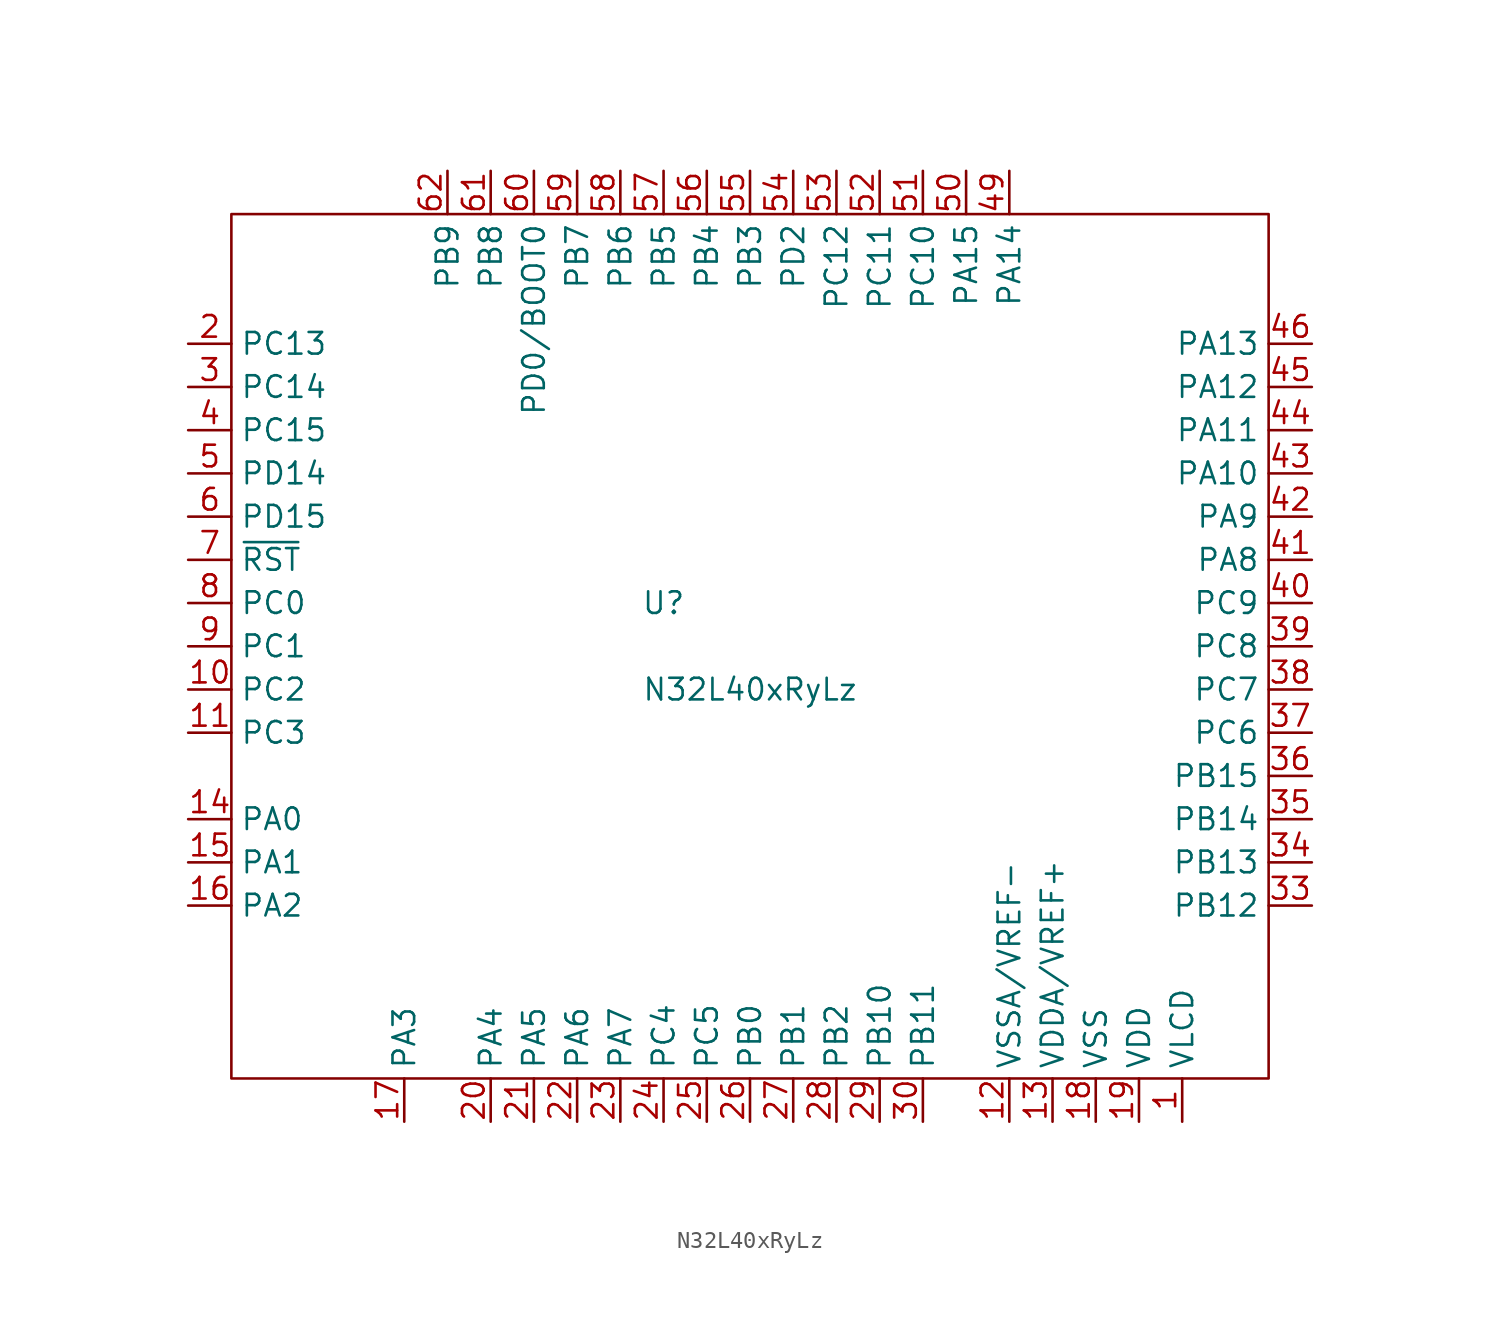
<source format=kicad_sym>
(kicad_symbol_lib
  (version 20220914)
  (generator kicad_symbol_editor)
  (symbol "N32L40xRyLz"
    (property "Reference" "U"
      (at -5.08 2.54 0)
      (effects (font (size 1.27 1.27))))
    (property "Value" "N32L40xRyLz"
      (at 0 -2.54 0)
      (effects (font (size 1.27 1.27))))
    (symbol "N32L40xRyLz_0_1"
      (rectangle (start -30.48 25.4) (end 30.48 -25.4) (stroke (width 0) (type default)) (fill (type none))))
    (symbol "N32L40xRyLz_1_1"
      (pin bidirectional line (at 25.4 -27.94 90) (length 2.54) (name "VLCD" (effects (font (size 1.27 1.27)))) (number "1" (effects (font (size 1.27 1.27)))))
      (pin bidirectional line (at -33.02 -2.54 0) (length 2.54) (name "PC2" (effects (font (size 1.27 1.27)))) (number "10" (effects (font (size 1.27 1.27)))) (alternate "ADC_IN13" input line) (alternate "EVENT_OUT" output line) (alternate "LCD_SEG20" output line) (alternate "LPTIM_IN2" input line))
      (pin bidirectional line (at -33.02 -5.08 0) (length 2.54) (name "PC3" (effects (font (size 1.27 1.27)))) (number "11" (effects (font (size 1.27 1.27)))) (alternate "ADC_IN14" bidirectional line) (alternate "EVENT_OUT" output line) (alternate "LCD_SEG21" output line) (alternate "LPTIM_ETR" output line))
      (pin power_in line (at 15.24 -27.94 90) (length 2.54) (name "VSSA/VREF-" (effects (font (size 1.27 1.27)))) (number "12" (effects (font (size 1.27 1.27)))))
      (pin power_in line (at 17.78 -27.94 90) (length 2.54) (name "VDDA/VREF+" (effects (font (size 1.27 1.27)))) (number "13" (effects (font (size 1.27 1.27)))))
      (pin bidirectional line (at -33.02 -10.16 0) (length 2.54) (name "PA0" (effects (font (size 1.27 1.27)))) (number "14" (effects (font (size 1.27 1.27)))) (alternate "ADC_IN1" input line) (alternate "COMP1_INM" input line) (alternate "COMP1_INP" input line) (alternate "COMP1_OUT" output line) (alternate "EVENT_OUT" output line) (alternate "I2S1_MCK" output line) (alternate "LPUART_RX" input line) (alternate "SPI1_MISO" input line) (alternate "TAMP2-RTC" output line) (alternate "TIM2_CH1" output line) (alternate "TIM5_CH1" output line) (alternate "TIM8_ETR" output line) (alternate "TIMER2_ETR" output line) (alternate "USART2_CTS" output line) (alternate "WKUP1" input line))
      (pin bidirectional line (at -33.02 -12.7 0) (length 2.54) (name "PA1" (effects (font (size 1.27 1.27)))) (number "15" (effects (font (size 1.27 1.27)))) (alternate "ADC_IN2" input line) (alternate "COMP1_INP" input line) (alternate "EVENT_OUT" output line) (alternate "LCD_SEG0" output line) (alternate "LPUART_TX" output line) (alternate "OPAMP1_VINP" input line) (alternate "TIM2_CH2" output line) (alternate "TIM5_CH2" output line) (alternate "USART2_RTS" output line))
      (pin bidirectional line (at -33.02 -15.24 0) (length 2.54) (name "PA2" (effects (font (size 1.27 1.27)))) (number "16" (effects (font (size 1.27 1.27)))) (alternate "ADC_IN3" input line) (alternate "COMP1_INP" input line) (alternate "COMP2_INM" input line) (alternate "COMP2_OUT" output line) (alternate "EVENT_OUT" output line) (alternate "I2C2_SDA" bidirectional line) (alternate "LCD_SEG1" output line) (alternate "OPAMP1_VOUT" output line) (alternate "TIM2_CH3" output line) (alternate "TIM5_CH3" output line) (alternate "USART2_TX" output line))
      (pin bidirectional line (at -20.32 -27.94 90) (length 2.54) (name "PA3" (effects (font (size 1.27 1.27)))) (number "17" (effects (font (size 1.27 1.27)))) (alternate "ADC_IN4" input line) (alternate "COMP1_INP" input line) (alternate "COMP2_INP" input line) (alternate "EVENT_OUT" output line) (alternate "I2C2_SCL" output line) (alternate "LCD_SEG2" output line) (alternate "LPUART_RX" input line) (alternate "OPAMP1_VINM" input line) (alternate "TIM5_CH4" output line) (alternate "USART2_RX" input line))
      (pin power_in line (at 20.32 -27.94 90) (length 2.54) (name "VSS" (effects (font (size 1.27 1.27)))) (number "18" (effects (font (size 1.27 1.27)))))
      (pin power_in line (at 22.86 -27.94 90) (length 2.54) (name "VDD" (effects (font (size 1.27 1.27)))) (number "19" (effects (font (size 1.27 1.27)))))
      (pin bidirectional line (at -33.02 17.78 0) (length 2.54) (name "PC13" (effects (font (size 1.27 1.27)))) (number "2" (effects (font (size 1.27 1.27)))) (alternate "EVENT_OUT" output line) (alternate "LCD_SEG35" output line) (alternate "RTC_OUT" output line) (alternate "TAMP1-RTC" output line) (alternate "TIM1_CHN1N" bidirectional line) (alternate "WKUP2" input line))
      (pin bidirectional line (at -15.24 -27.94 90) (length 2.54) (name "PA4" (effects (font (size 1.27 1.27)))) (number "20" (effects (font (size 1.27 1.27)))) (alternate "ADC_IN5" input line) (alternate "COMP1_INM" input line) (alternate "COMP2_INM" input line) (alternate "EVENT_OUT" output line) (alternate "I2C1_SCL" output line) (alternate "I2S1_WS" output line) (alternate "LPUART_TX" output line) (alternate "OPAMP1_VINP" input line) (alternate "OPAMP2_VINP" input line) (alternate "SPI1_~{SS}" output line) (alternate "USART1_TX" output line) (alternate "USART2_CK" output line))
      (pin bidirectional line (at -12.7 -27.94 90) (length 2.54) (name "PA5" (effects (font (size 1.27 1.27)))) (number "21" (effects (font (size 1.27 1.27)))) (alternate "ADC_IN6" input line) (alternate "COMP1_INM" input line) (alternate "COMP2_INM" input line) (alternate "EVENT_OUT" output line) (alternate "I2C1_SDA" bidirectional line) (alternate "I2S1_CK" output line) (alternate "OPAMP1_VINP" input line) (alternate "OPAMP2_VINM" input line) (alternate "SPI1_SCK" output line) (alternate "USART1_RX" input line))
      (pin bidirectional line (at -10.16 -27.94 90) (length 2.54) (name "PA6" (effects (font (size 1.27 1.27)))) (number "22" (effects (font (size 1.27 1.27)))) (alternate "ADC_IN7" input line) (alternate "COMP2_INM" input line) (alternate "COMP2_INP" input line) (alternate "COMP2_OUT" output line) (alternate "EVENT_OUT" output line) (alternate "I2S1_MCK" output line) (alternate "LCD_SEG3" output line) (alternate "LPUART_CTS" output line) (alternate "OPAMP2_VOUT" output line) (alternate "SPI1_MISO" input line) (alternate "TIM1_BKIN" input line) (alternate "TIM3_CH1" output line) (alternate "TIM8_BKIN" input line))
      (pin bidirectional line (at -7.62 -27.94 90) (length 2.54) (name "PA7" (effects (font (size 1.27 1.27)))) (number "23" (effects (font (size 1.27 1.27)))) (alternate "ADC_IN8" input line) (alternate "COMP2_INP" input line) (alternate "COMP2_OUT" output line) (alternate "EVENT_OUT" output line) (alternate "I2S1_SD" bidirectional line) (alternate "LCD_SEG4" output line) (alternate "OPAMP1_VINP" input line) (alternate "OPAMP2_VINP" input line) (alternate "SPI1_MOSI" output line) (alternate "TIM1_CH1N" output line) (alternate "TIM3_CH2" output line) (alternate "TIM8_CH1N" output line))
      (pin bidirectional line (at -5.08 -27.94 90) (length 2.54) (name "PC4" (effects (font (size 1.27 1.27)))) (number "24" (effects (font (size 1.27 1.27)))) (alternate "ADC_IN15" input line) (alternate "EVENT_OUT" output line) (alternate "I2C1_SCL" output line) (alternate "LCD_SEG22" output line) (alternate "LPUART_TX" output line))
      (pin bidirectional line (at -2.54 -27.94 90) (length 2.54) (name "PC5" (effects (font (size 1.27 1.27)))) (number "25" (effects (font (size 1.27 1.27)))) (alternate "ADC_IN16" input line) (alternate "EVENT_OUT" output line) (alternate "I2C1_SDA" bidirectional line) (alternate "LCD_SEG23" output line) (alternate "LPUART_RX" input line) (alternate "OPAMP1_VINM" input line) (alternate "OPAMP2_VINM" input line))
      (pin bidirectional line (at 0 -27.94 90) (length 2.54) (name "PB0" (effects (font (size 1.27 1.27)))) (number "26" (effects (font (size 1.27 1.27)))) (alternate "ADC_IN9" input line) (alternate "EVENT_OUT" output line) (alternate "LCD_SEG5" output line) (alternate "OPAMP2_VINM" input line) (alternate "TIM1_CH2N" output line) (alternate "TIM3_CH3" output line) (alternate "TIM8_CH2N" output line) (alternate "UART4_TX" output line))
      (pin bidirectional line (at 2.54 -27.94 90) (length 2.54) (name "PB1" (effects (font (size 1.27 1.27)))) (number "27" (effects (font (size 1.27 1.27)))) (alternate "ADC_IN10" input line) (alternate "EVENT_OUT" output line) (alternate "LCD_SEG6" output line) (alternate "LPUART_RTS" output line) (alternate "TIM1_CH3N" output line) (alternate "TIM3_CH4" output line) (alternate "TIM8_CH3N" output line) (alternate "UART4_RX" input line))
      (pin bidirectional line (at 5.08 -27.94 90) (length 2.54) (name "PB2" (effects (font (size 1.27 1.27)))) (number "28" (effects (font (size 1.27 1.27)))) (alternate "EVENT_OUT" output line) (alternate "LPTIM_OUT" output line) (alternate "TIM9_ETR" output line))
      (pin bidirectional line (at 7.62 -27.94 90) (length 2.54) (name "PB10" (effects (font (size 1.27 1.27)))) (number "29" (effects (font (size 1.27 1.27)))) (alternate "COMP1_INP" input line) (alternate "EVENT_OUT" output line) (alternate "I2C2_SCL" output line) (alternate "LCD_SEG10" output line) (alternate "LPUART_TX" output line) (alternate "TIM2_CH3" output line) (alternate "USART3_TX" output line))
      (pin bidirectional line (at -33.02 15.24 0) (length 2.54) (name "PC14" (effects (font (size 1.27 1.27)))) (number "3" (effects (font (size 1.27 1.27)))) (alternate "OSC32_IN" passive line))
      (pin bidirectional line (at 10.16 -27.94 90) (length 2.54) (name "PB11" (effects (font (size 1.27 1.27)))) (number "30" (effects (font (size 1.27 1.27)))) (alternate "EVENT_OUT" output line) (alternate "I2C2_SDA" bidirectional line) (alternate "LCD_SEG11" output line) (alternate "LPUART_RX" input line) (alternate "TIM2_CH4" output line) (alternate "USART3_RX" input line))
      (pin power_in line (at 20.32 -27.94 90) (length 2.54) hide (name "VSS" (effects (font (size 1.27 1.27)))) (number "31" (effects (font (size 1.27 1.27)))))
      (pin power_in line (at 22.86 -27.94 90) (length 2.54) hide (name "VDD" (effects (font (size 1.27 1.27)))) (number "32" (effects (font (size 1.27 1.27)))))
      (pin bidirectional line (at 33.02 -15.24 180) (length 2.54) (name "PB12" (effects (font (size 1.27 1.27)))) (number "33" (effects (font (size 1.27 1.27)))) (alternate "EVENT_OUT" output line) (alternate "I2C2_SMBA" bidirectional line) (alternate "I2S2_WS" output line) (alternate "LCD_SEG12" output line) (alternate "LPUART_RTS" output line) (alternate "SPI2_~{SS}" output line) (alternate "TIM1_BKIN" input line) (alternate "TIM9_CH1" output line) (alternate "USART3_CK" output line))
      (pin bidirectional line (at 33.02 -12.7 180) (length 2.54) (name "PB13" (effects (font (size 1.27 1.27)))) (number "34" (effects (font (size 1.27 1.27)))) (alternate "EVENT_OUT" output line) (alternate "I2C2_SCL" output line) (alternate "I2S2_CK" output line) (alternate "LCD_SEG13" output line) (alternate "LPUART_CTS" output line) (alternate "SPI2_SCK" output line) (alternate "TIM1_CH1N" output line) (alternate "TIM9_CH2" output line) (alternate "USART3_CTS" output line))
      (pin bidirectional line (at 33.02 -10.16 180) (length 2.54) (name "PB14" (effects (font (size 1.27 1.27)))) (number "35" (effects (font (size 1.27 1.27)))) (alternate "EVENT_OUT" output line) (alternate "I2C2_SDA" bidirectional line) (alternate "I2S2_MCK" output line) (alternate "LCD_SEG14" output line) (alternate "LPUART_RTS" output line) (alternate "OPAMP2_VINP" input line) (alternate "SPI2_MISO" input line) (alternate "TIM1_CH2N" output line) (alternate "TIM9_CH3" output line) (alternate "UART4_TX" output line) (alternate "USART3_RTS" output line))
      (pin bidirectional line (at 33.02 -7.62 180) (length 2.54) (name "PB15" (effects (font (size 1.27 1.27)))) (number "36" (effects (font (size 1.27 1.27)))) (alternate "EVENT_OUT" output line) (alternate "I2S2_SDA" bidirectional line) (alternate "LCD_SEG15" output line) (alternate "SPI2_MOSI" output line) (alternate "TIM1_CH3N" output line) (alternate "TIM9_CH4" output line) (alternate "UART4_RX" input line))
      (pin bidirectional line (at 33.02 -5.08 180) (length 2.54) (name "PC6" (effects (font (size 1.27 1.27)))) (number "37" (effects (font (size 1.27 1.27)))) (alternate "EVENT_OUT" output line) (alternate "I2S2_WS" output line) (alternate "LCD_SEG24" output line) (alternate "SPI2_~{SS}" output line) (alternate "TIM3_CH1" output line) (alternate "TIM8_CH1" output line))
      (pin bidirectional line (at 33.02 -2.54 180) (length 2.54) (name "PC7" (effects (font (size 1.27 1.27)))) (number "38" (effects (font (size 1.27 1.27)))) (alternate "EVENT_OUT" output line) (alternate "I2S2_CK" output line) (alternate "LCD_SEG25" output line) (alternate "SPI2_SCK" output line) (alternate "TIM3_CH2" output line) (alternate "TIM8_CH2" output line))
      (pin bidirectional line (at 33.02 0 180) (length 2.54) (name "PC8" (effects (font (size 1.27 1.27)))) (number "39" (effects (font (size 1.27 1.27)))) (alternate "I2S2_MCK" output line) (alternate "LCD_SEG26" output line) (alternate "SPI2_MISO" input line) (alternate "TIM3_CH3" output line) (alternate "TIM8_CH3" output line))
      (pin bidirectional line (at -33.02 12.7 0) (length 2.54) (name "PC15" (effects (font (size 1.27 1.27)))) (number "4" (effects (font (size 1.27 1.27)))) (alternate "OSC32_OUT" passive line))
      (pin bidirectional line (at 33.02 2.54 180) (length 2.54) (name "PC9" (effects (font (size 1.27 1.27)))) (number "40" (effects (font (size 1.27 1.27)))) (alternate "EVENT_OUT" output line) (alternate "I2S2_SD" bidirectional line) (alternate "LCD_SEG27" output line) (alternate "SPI2_MOSI" output line) (alternate "TIM3_CH4" output line) (alternate "TIM8_CH4" output line))
      (pin bidirectional line (at 33.02 5.08 180) (length 2.54) (name "PA8" (effects (font (size 1.27 1.27)))) (number "41" (effects (font (size 1.27 1.27)))) (alternate "EVENT_OUT" output line) (alternate "I2C2_SDA" bidirectional line) (alternate "I2C2_SMBA" bidirectional line) (alternate "I2S1_WS" output line) (alternate "LCD_COM0" output line) (alternate "MCO" output line) (alternate "SPI1_~{SS}" output line) (alternate "TAMP3-RTC" output line) (alternate "TIM1_CH1" output line) (alternate "USART1_CK" output line) (alternate "WKUP0" input line))
      (pin bidirectional line (at 33.02 7.62 180) (length 2.54) (name "PA9" (effects (font (size 1.27 1.27)))) (number "42" (effects (font (size 1.27 1.27)))) (alternate "EVENT_OUT" output line) (alternate "I2C2_SCL" output line) (alternate "LCD_COM1" output line) (alternate "TIM1_CH2" output line) (alternate "USART1_TX" output line))
      (pin bidirectional line (at 33.02 10.16 180) (length 2.54) (name "PA10" (effects (font (size 1.27 1.27)))) (number "43" (effects (font (size 1.27 1.27)))) (alternate "EVENT_OUT" output line) (alternate "I2C2_SDA" bidirectional line) (alternate "I2S1_CK" output line) (alternate "I2S2_CK" output line) (alternate "LCD_COM2" output line) (alternate "SPI1_SCK" output line) (alternate "SPI2_SCK" output line) (alternate "TIM1_CH3" output line) (alternate "USART1_RX" input line))
      (pin bidirectional line (at 33.02 12.7 180) (length 2.54) (name "PA11" (effects (font (size 1.27 1.27)))) (number "44" (effects (font (size 1.27 1.27)))) (alternate "CAN_RX" input line) (alternate "COMP1_OUT" output line) (alternate "COMP2_INP" input line) (alternate "EVENT_OUT" output line) (alternate "I2S2_MCK" output line) (alternate "SPI2_MISO" input line) (alternate "TIM1_CH4" output line) (alternate "USART1_CTS" output line) (alternate "USB_DM" bidirectional line))
      (pin bidirectional line (at 33.02 15.24 180) (length 2.54) (name "PA12" (effects (font (size 1.27 1.27)))) (number "45" (effects (font (size 1.27 1.27)))) (alternate "CAN_TX" output line) (alternate "COMP1_INP" input line) (alternate "COMP2_OUT" output line) (alternate "EVENT_OUT" output line) (alternate "I2S2_SD" bidirectional line) (alternate "SPI2_MOSI" output line) (alternate "TIM1_ETR" output line) (alternate "USART1_RTS" output line) (alternate "USB_DP" bidirectional line))
      (pin bidirectional line (at 33.02 17.78 180) (length 2.54) (name "PA13" (effects (font (size 1.27 1.27)))) (number "46" (effects (font (size 1.27 1.27)))) (alternate "EVENT_OUT" output line) (alternate "I2S2_WS" output line) (alternate "SPI2_~{SS}" bidirectional line) (alternate "SWDIO-JTMS" bidirectional line))
      (pin power_in line (at 20.32 -27.94 90) (length 2.54) hide (name "VSS" (effects (font (size 1.27 1.27)))) (number "47" (effects (font (size 1.27 1.27)))))
      (pin power_in line (at 22.86 -27.94 90) (length 2.54) hide (name "VDD" (effects (font (size 1.27 1.27)))) (number "48" (effects (font (size 1.27 1.27)))))
      (pin bidirectional line (at 15.24 27.94 270) (length 2.54) (name "PA14" (effects (font (size 1.27 1.27)))) (number "49" (effects (font (size 1.27 1.27)))) (alternate "COMP2_OUT" output line) (alternate "I2C1_SDA" bidirectional line) (alternate "SWCLK-JTCK" output line) (alternate "USART2_CK" output line))
      (pin bidirectional line (at -33.02 10.16 0) (length 2.54) (name "PD14" (effects (font (size 1.27 1.27)))) (number "5" (effects (font (size 1.27 1.27)))) (alternate "OSC_IN" passive line))
      (pin bidirectional line (at 12.7 27.94 270) (length 2.54) (name "PA15" (effects (font (size 1.27 1.27)))) (number "50" (effects (font (size 1.27 1.27)))) (alternate "COMP2_INP" input line) (alternate "EVENT_OUT" output line) (alternate "I2C1_SCL" output line) (alternate "I2S2_WS" output line) (alternate "JTDI" input line) (alternate "LCD_COM3" output line) (alternate "LCD_SEG17" output line) (alternate "SPI2_~{SS}" output line) (alternate "TIM2_CH1" output line) (alternate "TIM2_ETR" output line) (alternate "USART2_CTS" output line))
      (pin bidirectional line (at 10.16 27.94 270) (length 2.54) (name "PC10" (effects (font (size 1.27 1.27)))) (number "51" (effects (font (size 1.27 1.27)))) (alternate "EVENT_OUT" output line) (alternate "LCD_COM4" output line) (alternate "LCD_SEG28" output line) (alternate "LCD_SEG40" output line) (alternate "LPUART_TX" output line) (alternate "UART4_TX" output line) (alternate "USART3_TX" output line))
      (pin bidirectional line (at 7.62 27.94 270) (length 2.54) (name "PC11" (effects (font (size 1.27 1.27)))) (number "52" (effects (font (size 1.27 1.27)))) (alternate "EVENT_OUT" output line) (alternate "LCD_COM5" output line) (alternate "LCD_SEG29" output line) (alternate "LCD_SEG41" output line) (alternate "LPUART_RX" input line) (alternate "UART4_RX" input line) (alternate "USART3_RX" input line))
      (pin bidirectional line (at 5.08 27.94 270) (length 2.54) (name "PC12" (effects (font (size 1.27 1.27)))) (number "53" (effects (font (size 1.27 1.27)))) (alternate "EVENT_OUT" output line) (alternate "LCD_COM6" output line) (alternate "LCD_SEG30" output line) (alternate "LCD_SEG42" output line) (alternate "UART5_TX" output line) (alternate "USART3_CK" output line))
      (pin bidirectional line (at 2.54 27.94 270) (length 2.54) (name "PD2" (effects (font (size 1.27 1.27)))) (number "54" (effects (font (size 1.27 1.27)))) (alternate "EVENT_OUT" output line) (alternate "LCD_SEG31" output line) (alternate "LCD_SEG43" output line) (alternate "LPUART_RTS" output line) (alternate "TIM3_ETR" output line) (alternate "UART5_RX" input line))
      (pin bidirectional line (at 0 27.94 270) (length 2.54) (name "PB3" (effects (font (size 1.27 1.27)))) (number "55" (effects (font (size 1.27 1.27)))) (alternate "COMP1_INP" input line) (alternate "COMP2_INM" input line) (alternate "EVENT_OUT" output line) (alternate "I2S1_CK" output line) (alternate "JTDO-TRACE-SWO" output line) (alternate "LCD_SEG7" output line) (alternate "SPI1_SCK" output line) (alternate "TIM2_CH2" output line) (alternate "USART2_RTS" output line))
      (pin bidirectional line (at -2.54 27.94 270) (length 2.54) (name "PB4" (effects (font (size 1.27 1.27)))) (number "56" (effects (font (size 1.27 1.27)))) (alternate "COMP1_INP" input line) (alternate "EVENT_OUT" output line) (alternate "I2S1_MCK" output line) (alternate "LCD_SEG8" output line) (alternate "SPI1_MISO" input line) (alternate "TIM3_CH1" output line) (alternate "UART5_TX" output line) (alternate "USART2_TX" output line) (alternate "~{JTRST}" output line))
      (pin bidirectional line (at -5.08 27.94 270) (length 2.54) (name "PB5" (effects (font (size 1.27 1.27)))) (number "57" (effects (font (size 1.27 1.27)))) (alternate "COMP1_INM" input line) (alternate "EVENT_OUT" output line) (alternate "I2C1_SMBA" bidirectional line) (alternate "I2S1_SD" bidirectional line) (alternate "LCD_SEG9" output line) (alternate "LPTIM_IN1" input line) (alternate "SPI1_MOSI" output line) (alternate "TIM3_CH2" output line) (alternate "UART5_RX" input line) (alternate "USART2_RX" input line))
      (pin bidirectional line (at -7.62 27.94 270) (length 2.54) (name "PB6" (effects (font (size 1.27 1.27)))) (number "58" (effects (font (size 1.27 1.27)))) (alternate "COMP1_OUT" output line) (alternate "EVENT_OUT" output line) (alternate "I2C1_SCL" output line) (alternate "I2S1_WS" output line) (alternate "I2S2_CK" output line) (alternate "LPTIM_ETR" output line) (alternate "LPUART_TX" output line) (alternate "SPI1_~{SS}" bidirectional line) (alternate "SPI2_SCK" output line) (alternate "TIM1_CH2N" output line) (alternate "TIM4_CH1" output line) (alternate "USART1_TX" output line))
      (pin bidirectional line (at -10.16 27.94 270) (length 2.54) (name "PB7" (effects (font (size 1.27 1.27)))) (number "59" (effects (font (size 1.27 1.27)))) (alternate "COMP2_INP" input line) (alternate "EVENT_OUT" output line) (alternate "I2C1_SDA" bidirectional line) (alternate "LPTIM_IN2" input line) (alternate "LPUART_RX" input line) (alternate "PVD_IN" input line) (alternate "TIM4_CH2" output line) (alternate "USART1_RX" input line))
      (pin bidirectional line (at -33.02 7.62 0) (length 2.54) (name "PD15" (effects (font (size 1.27 1.27)))) (number "6" (effects (font (size 1.27 1.27)))) (alternate "OSC_OUT" passive line))
      (pin bidirectional line (at -12.7 27.94 270) (length 2.54) (name "PD0/BOOT0" (effects (font (size 1.27 1.27)))) (number "60" (effects (font (size 1.27 1.27)))) (alternate "LCD_SEG32" output line))
      (pin bidirectional line (at -15.24 27.94 270) (length 2.54) (name "PB8" (effects (font (size 1.27 1.27)))) (number "61" (effects (font (size 1.27 1.27)))) (alternate "CAN_RX" input line) (alternate "COMP1_OUT" output line) (alternate "EVENT_OUT" output line) (alternate "I2C1_SCL" output line) (alternate "LCD_SEG16" output line) (alternate "TIM4_CH3" output line) (alternate "UART5_TX" output line) (alternate "USART1_TX" output line))
      (pin bidirectional line (at -17.78 27.94 270) (length 2.54) (name "PB9" (effects (font (size 1.27 1.27)))) (number "62" (effects (font (size 1.27 1.27)))) (alternate "CAN_TX" output line) (alternate "COMP2_OUT" output line) (alternate "EVENT_OUT" output line) (alternate "I2C1_SDA" bidirectional line) (alternate "LCD_COM3" output line) (alternate "TIM4_CH4" output line) (alternate "UART5_RX" input line))
      (pin power_in line (at 20.32 -27.94 90) (length 2.54) hide (name "VSS" (effects (font (size 1.27 1.27)))) (number "63" (effects (font (size 1.27 1.27)))))
      (pin power_in line (at 22.86 -27.94 90) (length 2.54) hide (name "VDD" (effects (font (size 1.27 1.27)))) (number "64" (effects (font (size 1.27 1.27)))))
      (pin input line (at -33.02 5.08 0) (length 2.54) (name "~{RST}" (effects (font (size 1.27 1.27)))) (number "7" (effects (font (size 1.27 1.27)))))
      (pin bidirectional line (at -33.02 2.54 0) (length 2.54) (name "PC0" (effects (font (size 1.27 1.27)))) (number "8" (effects (font (size 1.27 1.27)))) (alternate "ADC_IN11" input line) (alternate "EVENT_OUT" output line) (alternate "I2C1_SCL" bidirectional line) (alternate "LCD_SEG18" output line) (alternate "LPTIM_IN1" input line))
      (pin bidirectional line (at -33.02 0 0) (length 2.54) (name "PC1" (effects (font (size 1.27 1.27)))) (number "9" (effects (font (size 1.27 1.27)))) (alternate "ADC_IN12" input line) (alternate "EVENT_OUT" output line) (alternate "I2C1_SDA" bidirectional line) (alternate "LCD_SEG19" output line) (alternate "LPTIM_OUT" output line)))))
</source>
